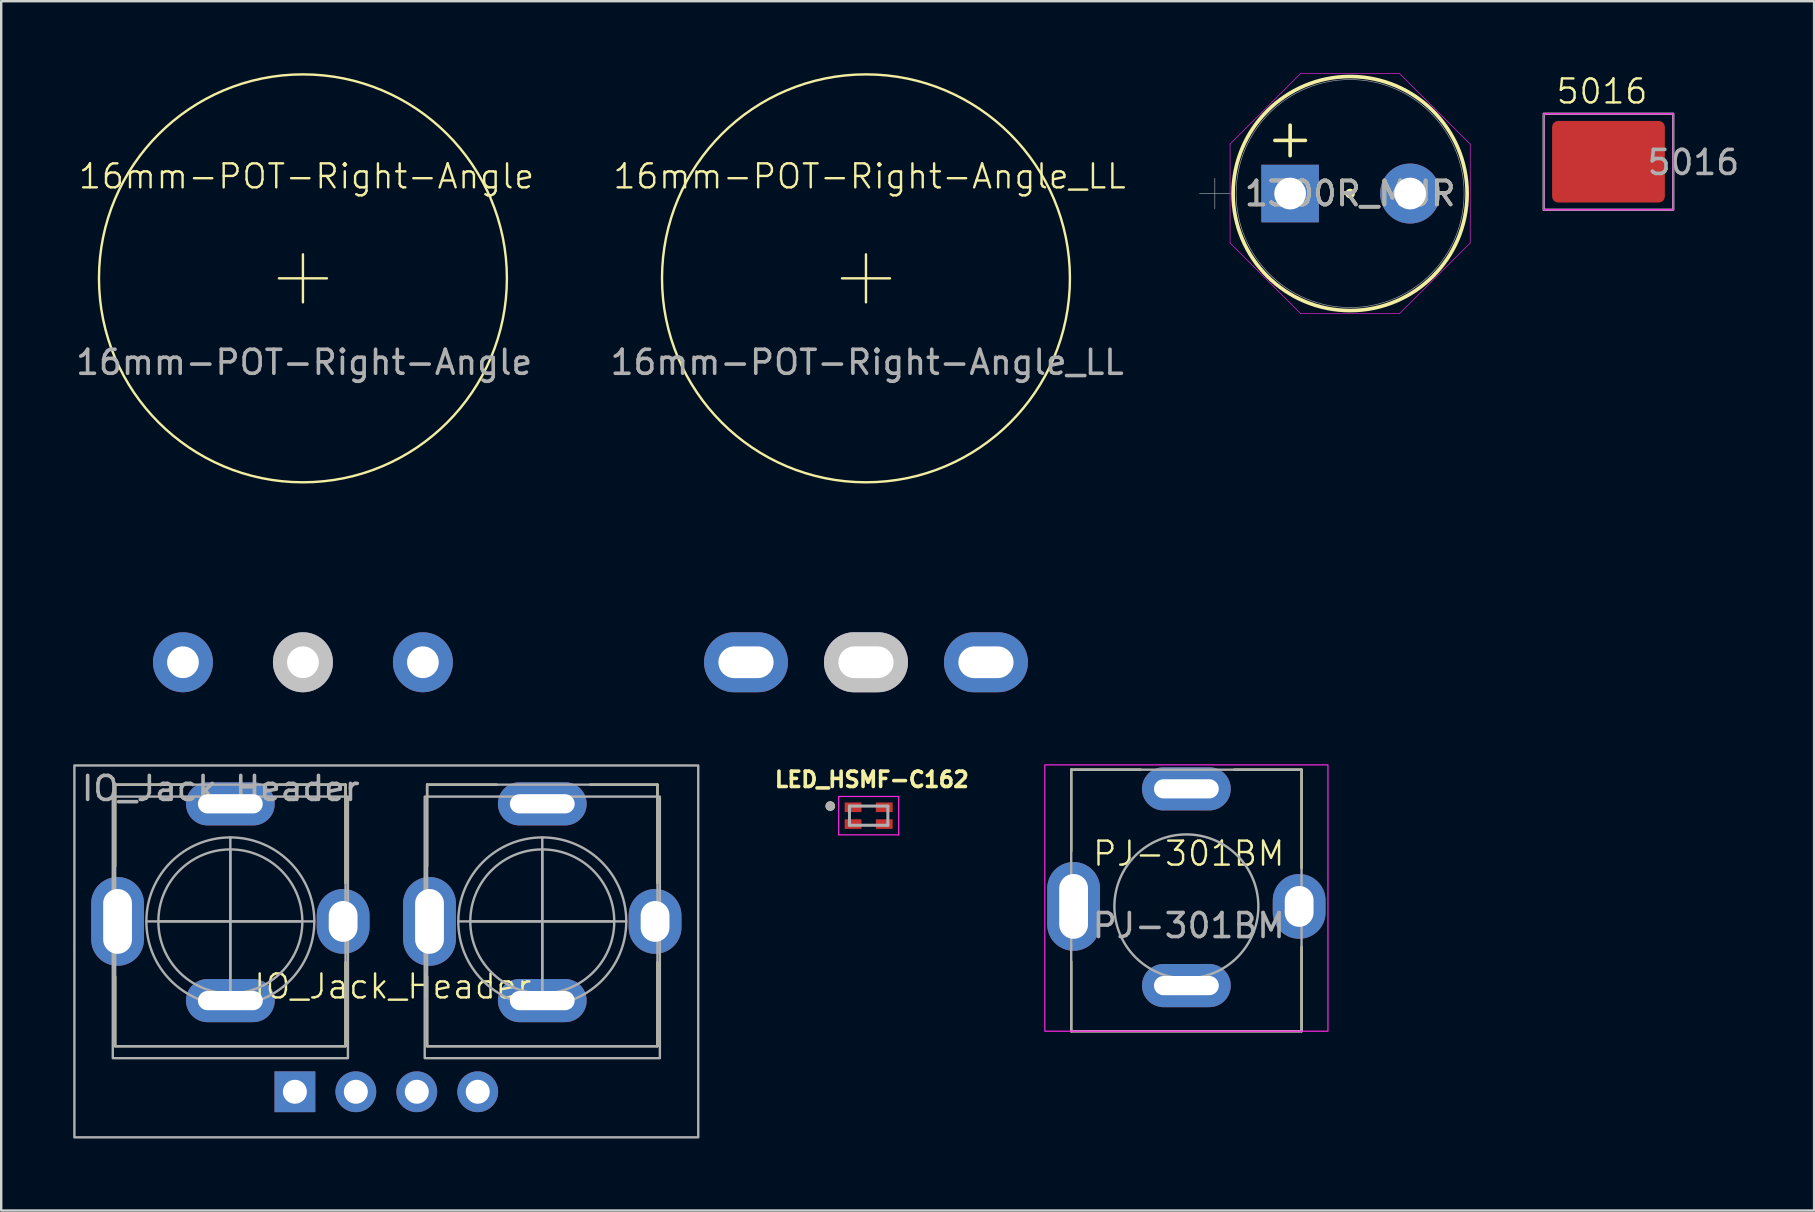
<source format=kicad_pcb>
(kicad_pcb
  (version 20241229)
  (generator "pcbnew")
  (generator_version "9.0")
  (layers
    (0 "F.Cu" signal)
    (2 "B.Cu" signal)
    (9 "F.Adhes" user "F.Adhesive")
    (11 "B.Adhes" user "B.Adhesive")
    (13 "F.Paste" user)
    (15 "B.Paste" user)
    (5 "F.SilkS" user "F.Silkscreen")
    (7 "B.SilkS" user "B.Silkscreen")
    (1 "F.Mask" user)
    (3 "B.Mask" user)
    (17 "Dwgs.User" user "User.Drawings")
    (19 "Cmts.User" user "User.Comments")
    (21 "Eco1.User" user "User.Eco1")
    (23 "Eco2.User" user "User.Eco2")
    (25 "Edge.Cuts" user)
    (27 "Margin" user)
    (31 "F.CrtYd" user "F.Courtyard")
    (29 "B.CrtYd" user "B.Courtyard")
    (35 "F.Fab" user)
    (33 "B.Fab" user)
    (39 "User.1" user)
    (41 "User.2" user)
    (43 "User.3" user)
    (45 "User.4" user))
  (footprint "PJ-301BM"
    (layer "F.Cu")
    (at 46.393 34.725)
    (property "Reference" "PJ-301BM" (at 0.1 -2.2 0) (unlocked yes) (layer "F.SilkS") (effects (font (size 1 1) (thickness 0.1))))
    (attr through_hole)
    (fp_line (start -4.8 -5.7) (end -1.9 -5.7) (stroke (width 0.1) (type default)) (layer "F.SilkS"))
    (fp_line (start -4.8 -2.3) (end -4.8 -5.7) (stroke (width 0.1) (type default)) (layer "F.SilkS"))
    (fp_line (start -4.8 5.2) (end -4.8 2.3) (stroke (width 0.1) (type default)) (layer "F.SilkS"))
    (fp_line (start 2 -5.7) (end 4.8 -5.7) (stroke (width 0.1) (type default)) (layer "F.SilkS"))
    (fp_line (start 4.8 -5.7) (end 4.8 -1.6) (stroke (width 0.1) (type default)) (layer "F.SilkS"))
    (fp_line (start 4.8 1.7) (end 4.8 5.2) (stroke (width 0.1) (type default)) (layer "F.SilkS"))
    (fp_line (start 4.8 5.2) (end -4.8 5.2) (stroke (width 0.1) (type default)) (layer "F.SilkS"))
    (fp_rect (start -5.9 -5.9) (end 5.9 5.2) (stroke (width 0.05) (type default)) (fill no) (layer "F.CrtYd"))
    (fp_rect (start -4.8 -5.7) (end 4.8 5.2) (stroke (width 0.1) (type default)) (fill no) (layer "F.Fab"))
    (fp_circle (center 0 0) (end 3 0) (stroke (width 0.1) (type default)) (fill no) (layer "F.Fab"))
    (fp_text user "${REFERENCE}" (at 0.1 0.8 0) (unlocked yes) (layer "F.Fab") (effects (font (size 1 1) (thickness 0.15))))
    (pad "1" thru_hole oval (at -4.7 0) (size 2.2 3.7) (drill oval 1.2 2.7) (layers "*.Cu" "*.Mask"))
    (pad "1" thru_hole oval (at 4.7 0) (size 2.2 2.7) (drill oval 1.2 1.7) (layers "*.Cu" "*.Mask"))
    (pad "2" thru_hole oval (at 0 3.3) (size 3.7 1.8) (drill oval 2.7 0.8) (layers "*.Cu" "*.Mask"))
    (pad "3" thru_hole oval (at 0 -4.9) (size 3.7 1.8) (drill oval 2.7 0.8) (layers "*.Cu" "*.Mask")))
  (footprint "16mm-POT-Right-Angle_LL"
    (layer "F.Cu")
    (at 33.04 24.55)
    (property "Reference" "16mm-POT-Right-Angle_LL" (at 0.15 -20.25 0) (unlocked yes) (layer "F.SilkS") (effects (font (size 1 1) (thickness 0.1))))
    (attr through_hole)
    (fp_line (start -1 -16) (end 1 -16) (stroke (width 0.1) (type default)) (layer "F.SilkS"))
    (fp_line (start 0 -17) (end 0 -15) (stroke (width 0.1) (type default)) (layer "F.SilkS"))
    (fp_circle (center 0 -16) (end 8.5 -16) (stroke (width 0.1) (type default)) (fill no) (layer "F.SilkS"))
    (fp_text user "${REFERENCE}" (at 0.05 -12.5 0) (unlocked yes) (layer "F.Fab") (effects (font (size 1 1) (thickness 0.15))))
    (pad "1" thru_hole oval (at -5 0) (size 3.5 2.5) (drill oval 2.3 1.321) (layers "*.Cu" "*.Mask"))
    (pad "2" thru_hole oval (at 0 0) (size 3.5 2.5) (drill oval 2.3 1.321) (layers "*.Cu" "*.Mask" "Dwgs.User"))
    (pad "3" thru_hole oval (at 5 0) (size 3.5 2.5) (drill oval 2.3 1.321) (layers "*.Cu" "*.Mask")))
  (footprint "LED_HSMF-C162"
    (layer "F.Cu")
    (at 33.152 30.944)
    (property "Reference" "LED_HSMF-C162" (at 0.132 -1.506 0) (layer "F.SilkS") (effects (font (size 0.64 0.64) (thickness 0.15))))
    (attr smd)
    (fp_circle (center -1.6 -0.4) (end -1.5 -0.4) (stroke (width 0.2) (type solid)) (fill no) (layer "F.SilkS"))
    (fp_line (start -1.25 -0.8) (end 1.25 -0.8) (stroke (width 0.05) (type solid)) (layer "F.CrtYd"))
    (fp_line (start -1.25 0.8) (end -1.25 -0.8) (stroke (width 0.05) (type solid)) (layer "F.CrtYd"))
    (fp_line (start 1.25 -0.8) (end 1.25 0.8) (stroke (width 0.05) (type solid)) (layer "F.CrtYd"))
    (fp_line (start 1.25 0.8) (end -1.25 0.8) (stroke (width 0.05) (type solid)) (layer "F.CrtYd"))
    (fp_line (start -0.8 -0.4) (end 0.8 -0.4) (stroke (width 0.127) (type solid)) (layer "F.Fab"))
    (fp_line (start -0.8 0.4) (end -0.8 -0.4) (stroke (width 0.127) (type solid)) (layer "F.Fab"))
    (fp_line (start 0.8 -0.4) (end 0.8 0.4) (stroke (width 0.127) (type solid)) (layer "F.Fab"))
    (fp_line (start 0.8 0.4) (end -0.8 0.4) (stroke (width 0.127) (type solid)) (layer "F.Fab"))
    (fp_circle (center -1.6 -0.4) (end -1.5 -0.4) (stroke (width 0.2) (type solid)) (fill no) (layer "F.Fab"))
    (pad "1" smd rect (at -0.65 -0.35) (size 0.7 0.4) (layers "F.Cu" "F.Mask" "F.Paste"))
    (pad "2" smd rect (at -0.65 0.35) (size 0.7 0.4) (layers "F.Cu" "F.Mask" "F.Paste"))
    (pad "3" smd rect (at 0.65 -0.35) (size 0.7 0.4) (layers "F.Cu" "F.Mask" "F.Paste"))
    (pad "4" smd rect (at 0.65 0.35) (size 0.7 0.4) (layers "F.Cu" "F.Mask" "F.Paste")))
  (footprint "5016"
    (layer "F.Cu")
    (at 63.984 3.691)
    (property "Reference" "5016" (at -0.27 -2.93 0) (unlocked yes) (layer "F.SilkS") (effects (font (size 1 1) (thickness 0.1))))
    (attr smd)
    (fp_rect (start -2.7 -2) (end 2.7 2) (stroke (width 0.05) (type default)) (fill no) (layer "F.CrtYd"))
    (fp_rect (start -2.7 -2) (end 2.7 2) (stroke (width 0.1) (type default)) (fill no) (layer "F.Fab"))
    (fp_text user "${REFERENCE}" (at 3.54 0.03 0) (unlocked yes) (layer "F.Fab") (effects (font (size 1 1) (thickness 0.15))))
    (pad "1" smd roundrect (at 0 0) (size 4.7 3.4) (layers "F.Cu" "F.Mask" "F.Paste") (roundrect_rratio 0.074)))
  (footprint "1300R_MUR"
    (layer "F.Cu")
    (at 50.717 5.016)
    (property "Reference" "1300R_MUR" (at 2.5 0 0) (unlocked yes) (layer "F.SilkS") (effects (font (size 1 1) (thickness 0.15))))
    (attr through_hole)
    (fp_line (start -0.635 -2.215) (end 0.635 -2.215) (stroke (width 0.152) (type solid)) (layer "F.SilkS"))
    (fp_line (start 0 -2.85) (end 0 -1.58) (stroke (width 0.152) (type solid)) (layer "F.SilkS"))
    (fp_circle (center 2.5 0) (end 2.627 0) (stroke (width 0.152) (type solid)) (fill no) (layer "F.SilkS"))
    (fp_circle (center 2.5 0) (end 7.377 0) (stroke (width 0.152) (type solid)) (fill no) (layer "F.SilkS"))
    (fp_line (start -2.504 -2.06) (end 0.44 -5.004) (stroke (width 0.025) (type solid)) (layer "F.CrtYd"))
    (fp_line (start -2.504 2.06) (end -2.504 -2.06) (stroke (width 0.025) (type solid)) (layer "F.CrtYd"))
    (fp_line (start 0.44 -5.004) (end 4.56 -5.004) (stroke (width 0.025) (type solid)) (layer "F.CrtYd"))
    (fp_line (start 0.44 5.004) (end -2.504 2.06) (stroke (width 0.025) (type solid)) (layer "F.CrtYd"))
    (fp_line (start 4.56 -5.004) (end 7.504 -2.06) (stroke (width 0.025) (type solid)) (layer "F.CrtYd"))
    (fp_line (start 4.56 5.004) (end 0.44 5.004) (stroke (width 0.025) (type solid)) (layer "F.CrtYd"))
    (fp_line (start 7.504 -2.06) (end 7.504 2.06) (stroke (width 0.025) (type solid)) (layer "F.CrtYd"))
    (fp_line (start 7.504 2.06) (end 4.56 5.004) (stroke (width 0.025) (type solid)) (layer "F.CrtYd"))
    (fp_line (start -3.774 0) (end -2.504 0) (stroke (width 0.025) (type solid)) (layer "F.Fab"))
    (fp_line (start -3.139 -0.635) (end -3.139 0.635) (stroke (width 0.025) (type solid)) (layer "F.Fab"))
    (fp_circle (center 2.5 0) (end 2.5 0) (stroke (width 0.025) (type solid)) (fill no) (layer "F.Fab"))
    (fp_circle (center 2.5 0) (end 7.25 0) (stroke (width 0.025) (type solid)) (fill no) (layer "F.Fab"))
    (fp_text user "${REFERENCE}" (at 2.5 0 0) (unlocked yes) (layer "F.Fab") (effects (font (size 1 1) (thickness 0.15))))
    (pad "1" thru_hole rect (at 0 0) (size 2.4 2.4) (drill 1.321) (layers "*.Cu" "*.Mask"))
    (pad "2" thru_hole circle (at 5 0) (size 2.5 2.5) (drill 1.321) (layers "*.Cu" "*.Mask")))
  (footprint "IO_Jack_Header"
    (layer "F.Cu")
    (at 13.05 35.35)
    (property "Reference" "IO_Jack_Header" (at 0.27 2.71 0) (unlocked yes) (layer "F.SilkS") (effects (font (size 1 1) (thickness 0.1))))
    (attr smd)
    (fp_line (start -11.3 -5.7) (end -8.4 -5.7) (stroke (width 0.1) (type default)) (layer "F.SilkS"))
    (fp_line (start -11.3 -2.3) (end -11.3 -5.7) (stroke (width 0.1) (type default)) (layer "F.SilkS"))
    (fp_line (start -11.3 5.2) (end -11.3 2.3) (stroke (width 0.1) (type default)) (layer "F.SilkS"))
    (fp_line (start -4.5 -5.7) (end -1.7 -5.7) (stroke (width 0.1) (type default)) (layer "F.SilkS"))
    (fp_line (start -1.7 -5.7) (end -1.7 -1.6) (stroke (width 0.1) (type default)) (layer "F.SilkS"))
    (fp_line (start -1.7 1.7) (end -1.7 5.2) (stroke (width 0.1) (type default)) (layer "F.SilkS"))
    (fp_line (start -1.7 5.2) (end -11.3 5.2) (stroke (width 0.1) (type default)) (layer "F.SilkS"))
    (fp_line (start 1.7 -5.7) (end 4.6 -5.7) (stroke (width 0.1) (type default)) (layer "F.SilkS"))
    (fp_line (start 1.7 -2.3) (end 1.7 -5.7) (stroke (width 0.1) (type default)) (layer "F.SilkS"))
    (fp_line (start 1.7 5.2) (end 1.7 2.3) (stroke (width 0.1) (type default)) (layer "F.SilkS"))
    (fp_line (start 8.5 -5.7) (end 11.3 -5.7) (stroke (width 0.1) (type default)) (layer "F.SilkS"))
    (fp_line (start 11.3 -5.7) (end 11.3 -1.6) (stroke (width 0.1) (type default)) (layer "F.SilkS"))
    (fp_line (start 11.3 1.7) (end 11.3 5.2) (stroke (width 0.1) (type default)) (layer "F.SilkS"))
    (fp_line (start 11.3 5.2) (end 1.7 5.2) (stroke (width 0.1) (type default)) (layer "F.SilkS"))
    (fp_line (start -6.5 -3.5) (end -6.5 3.5) (stroke (width 0.1) (type default)) (layer "F.Fab"))
    (fp_line (start -6.5 -3) (end -6.5 3) (stroke (width 0.1) (type default)) (layer "F.Fab"))
    (fp_line (start -3.5 0) (end -9.5 0) (stroke (width 0.1) (type default)) (layer "F.Fab"))
    (fp_line (start -3 0) (end -10 0) (stroke (width 0.1) (type default)) (layer "F.Fab"))
    (fp_line (start 3 0) (end 10 0) (stroke (width 0.1) (type default)) (layer "F.Fab"))
    (fp_line (start 6.5 -3.5) (end 6.5 3.5) (stroke (width 0.1) (type default)) (layer "F.Fab"))
    (fp_line (start 6.5 -3) (end 6.5 3) (stroke (width 0.1) (type default)) (layer "F.Fab"))
    (fp_line (start 9.5 0) (end 3.5 0) (stroke (width 0.1) (type default)) (layer "F.Fab"))
    (fp_rect (start -13 -6.5) (end 13 9) (stroke (width 0.1) (type default)) (fill no) (layer "F.Fab"))
    (fp_rect (start -11.4 -5.2) (end -1.6 5.7) (stroke (width 0.1) (type default)) (fill no) (layer "F.Fab"))
    (fp_rect (start -11.3 -5.7) (end -1.7 5.2) (stroke (width 0.1) (type default)) (fill no) (layer "F.Fab"))
    (fp_rect (start 1.7 -5.7) (end 11.3 5.2) (stroke (width 0.1) (type default)) (fill no) (layer "F.Fab"))
    (fp_rect (start 11.4 -5.2) (end 1.6 5.7) (stroke (width 0.1) (type default)) (fill no) (layer "F.Fab"))
    (fp_circle (center -6.5 0) (end -3.5 0) (stroke (width 0.1) (type default)) (fill no) (layer "F.Fab"))
    (fp_circle (center -6.5 0) (end -3 0) (stroke (width 0.1) (type default)) (fill no) (layer "F.Fab"))
    (fp_circle (center 6.5 0) (end 9.5 0) (stroke (width 0.1) (type default)) (fill no) (layer "F.Fab"))
    (fp_circle (center 6.5 0) (end 10 0) (stroke (width 0.1) (type default)) (fill no) (layer "F.Fab"))
    (fp_text user "${REFERENCE}" (at -6.9 -5.54 0) (unlocked yes) (layer "F.Fab") (effects (font (size 1 1) (thickness 0.15))))
    (pad "1" thru_hole oval (at -6.5 -4.9) (size 3.7 1.8) (drill oval 2.7 0.8) (layers "*.Cu" "*.Mask"))
    (pad "1" thru_hole oval (at -6.5 3.3) (size 3.7 1.8) (drill oval 2.7 0.8) (layers "*.Cu" "*.Mask"))
    (pad "1" thru_hole rect (at -3.81 7.1 90) (size 1.7 1.7) (drill 1) (layers "*.Cu" "*.Mask"))
    (pad "2" thru_hole oval (at -11.2 0) (size 2.2 3.7) (drill oval 1.2 2.7) (layers "*.Cu" "*.Mask"))
    (pad "2" thru_hole oval (at -1.8 0) (size 2.2 2.7) (drill oval 1.2 1.7) (layers "*.Cu" "*.Mask"))
    (pad "2" thru_hole oval (at -1.27 7.1 90) (size 1.7 1.7) (drill 1) (layers "*.Cu" "*.Mask"))
    (pad "3" thru_hole oval (at 1.27 7.1 90) (size 1.7 1.7) (drill 1) (layers "*.Cu" "*.Mask"))
    (pad "3" thru_hole oval (at 1.8 0) (size 2.2 3.7) (drill oval 1.2 2.7) (layers "*.Cu" "*.Mask"))
    (pad "3" thru_hole oval (at 11.2 0) (size 2.2 2.7) (drill oval 1.2 1.7) (layers "*.Cu" "*.Mask"))
    (pad "4" thru_hole oval (at 3.81 7.1 90) (size 1.7 1.7) (drill 1) (layers "*.Cu" "*.Mask"))
    (pad "4" thru_hole oval (at 6.5 -4.9) (size 3.7 1.8) (drill oval 2.7 0.8) (layers "*.Cu" "*.Mask"))
    (pad "4" thru_hole oval (at 6.5 3.3) (size 3.7 1.8) (drill oval 2.7 0.8) (layers "*.Cu" "*.Mask")))
  (footprint "16mm-POT-Right-Angle"
    (layer "F.Cu")
    (at 9.575 24.55)
    (property "Reference" "16mm-POT-Right-Angle" (at 0.15 -20.25 0) (unlocked yes) (layer "F.SilkS") (effects (font (size 1 1) (thickness 0.1))))
    (attr through_hole)
    (fp_line (start -1 -16) (end 1 -16) (stroke (width 0.1) (type default)) (layer "F.SilkS"))
    (fp_line (start 0 -17) (end 0 -15) (stroke (width 0.1) (type default)) (layer "F.SilkS"))
    (fp_circle (center 0 -16) (end 8.5 -16) (stroke (width 0.1) (type default)) (fill no) (layer "F.SilkS"))
    (fp_text user "${REFERENCE}" (at 0.05 -12.5 0) (unlocked yes) (layer "F.Fab") (effects (font (size 1 1) (thickness 0.15))))
    (pad "1" thru_hole circle (at -5 0) (size 2.5 2.5) (drill 1.321) (layers "*.Cu" "*.Mask"))
    (pad "2" thru_hole circle (at 0 0) (size 2.5 2.5) (drill 1.321) (layers "*.Cu" "*.Mask" "Dwgs.User"))
    (pad "3" thru_hole circle (at 5 0) (size 2.5 2.5) (drill 1.321) (layers "*.Cu" "*.Mask")))
  (gr_rect
    (start -3 -3)
    (end 72.554 47.4)
    (stroke (width 0.1) (type default))
    (fill no)
    (layer "Edge.Cuts")))
</source>
